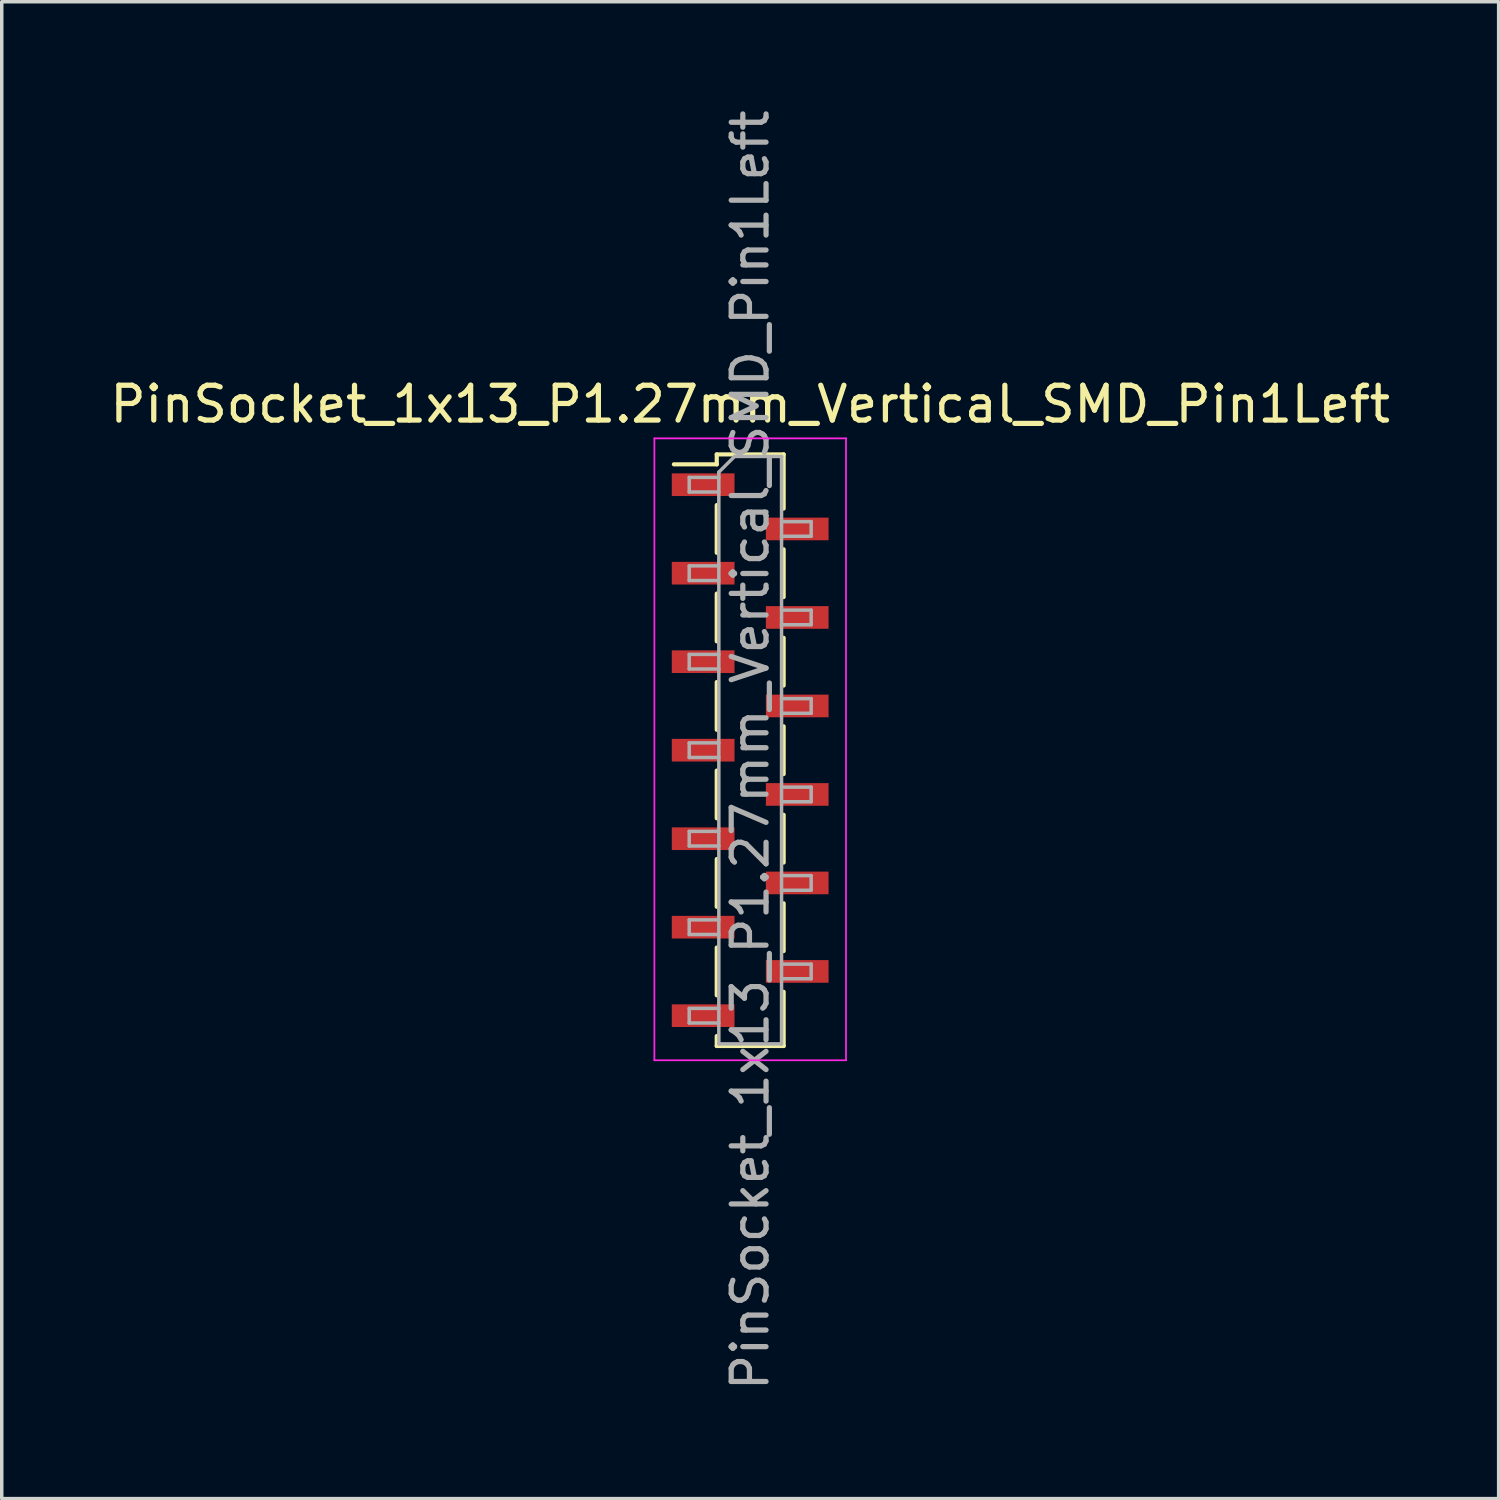
<source format=kicad_pcb>
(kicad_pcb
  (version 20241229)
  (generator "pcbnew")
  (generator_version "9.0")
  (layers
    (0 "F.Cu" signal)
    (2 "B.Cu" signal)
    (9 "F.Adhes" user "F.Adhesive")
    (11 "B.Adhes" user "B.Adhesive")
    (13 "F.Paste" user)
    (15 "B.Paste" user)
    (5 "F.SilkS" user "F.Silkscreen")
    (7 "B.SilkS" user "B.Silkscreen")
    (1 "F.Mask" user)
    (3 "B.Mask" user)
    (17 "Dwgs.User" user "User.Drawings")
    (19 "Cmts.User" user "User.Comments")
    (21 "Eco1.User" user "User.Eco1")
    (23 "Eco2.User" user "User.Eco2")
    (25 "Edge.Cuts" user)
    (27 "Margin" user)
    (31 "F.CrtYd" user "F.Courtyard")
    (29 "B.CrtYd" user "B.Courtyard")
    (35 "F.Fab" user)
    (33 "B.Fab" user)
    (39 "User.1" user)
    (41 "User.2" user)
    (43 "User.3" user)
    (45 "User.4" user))
  (footprint "PinSocket_1x13_P1.27mm_Vertical_SMD_Pin1Left"
    (layer "F.Cu")
    (at 18.482 18.482)
    (property "Reference" "PinSocket_1x13_P1.27mm_Vertical_SMD_Pin1Left" (at 0 -9.93 0) (layer "F.SilkS") (effects (font (size 1 1) (thickness 0.15))))
    (attr smd)
    (fp_line (start -2.19 -8.205) (end -0.96 -8.205) (stroke (width 0.12) (type solid)) (layer "F.SilkS"))
    (fp_line (start -0.96 -8.49) (end -0.96 -8.205) (stroke (width 0.12) (type solid)) (layer "F.SilkS"))
    (fp_line (start -0.96 -8.49) (end 0.96 -8.49) (stroke (width 0.12) (type solid)) (layer "F.SilkS"))
    (fp_line (start -0.96 -7.035) (end -0.96 -5.665) (stroke (width 0.12) (type solid)) (layer "F.SilkS"))
    (fp_line (start -0.96 -4.495) (end -0.96 -3.125) (stroke (width 0.12) (type solid)) (layer "F.SilkS"))
    (fp_line (start -0.96 -1.955) (end -0.96 -0.585) (stroke (width 0.12) (type solid)) (layer "F.SilkS"))
    (fp_line (start -0.96 0.585) (end -0.96 1.955) (stroke (width 0.12) (type solid)) (layer "F.SilkS"))
    (fp_line (start -0.96 3.125) (end -0.96 4.495) (stroke (width 0.12) (type solid)) (layer "F.SilkS"))
    (fp_line (start -0.96 5.665) (end -0.96 7.035) (stroke (width 0.12) (type solid)) (layer "F.SilkS"))
    (fp_line (start -0.96 8.205) (end -0.96 8.49) (stroke (width 0.12) (type solid)) (layer "F.SilkS"))
    (fp_line (start -0.96 8.49) (end 0.96 8.49) (stroke (width 0.12) (type solid)) (layer "F.SilkS"))
    (fp_line (start 0.96 -8.49) (end 0.96 -6.935) (stroke (width 0.12) (type solid)) (layer "F.SilkS"))
    (fp_line (start 0.96 -5.765) (end 0.96 -4.395) (stroke (width 0.12) (type solid)) (layer "F.SilkS"))
    (fp_line (start 0.96 -3.225) (end 0.96 -1.855) (stroke (width 0.12) (type solid)) (layer "F.SilkS"))
    (fp_line (start 0.96 -0.685) (end 0.96 0.685) (stroke (width 0.12) (type solid)) (layer "F.SilkS"))
    (fp_line (start 0.96 1.855) (end 0.96 3.225) (stroke (width 0.12) (type solid)) (layer "F.SilkS"))
    (fp_line (start 0.96 4.395) (end 0.96 5.765) (stroke (width 0.12) (type solid)) (layer "F.SilkS"))
    (fp_line (start 0.96 6.935) (end 0.96 8.49) (stroke (width 0.12) (type solid)) (layer "F.SilkS"))
    (fp_line (start -2.75 -8.95) (end 2.75 -8.95) (stroke (width 0.05) (type solid)) (layer "F.CrtYd"))
    (fp_line (start -2.75 8.9) (end -2.75 -8.95) (stroke (width 0.05) (type solid)) (layer "F.CrtYd"))
    (fp_line (start 2.75 -8.95) (end 2.75 8.9) (stroke (width 0.05) (type solid)) (layer "F.CrtYd"))
    (fp_line (start 2.75 8.9) (end -2.75 8.9) (stroke (width 0.05) (type solid)) (layer "F.CrtYd"))
    (fp_line (start -1.75 -7.83) (end -0.9 -7.83) (stroke (width 0.1) (type solid)) (layer "F.Fab"))
    (fp_line (start -1.75 -7.41) (end -1.75 -7.83) (stroke (width 0.1) (type solid)) (layer "F.Fab"))
    (fp_line (start -1.75 -5.29) (end -0.9 -5.29) (stroke (width 0.1) (type solid)) (layer "F.Fab"))
    (fp_line (start -1.75 -4.87) (end -1.75 -5.29) (stroke (width 0.1) (type solid)) (layer "F.Fab"))
    (fp_line (start -1.75 -2.75) (end -0.9 -2.75) (stroke (width 0.1) (type solid)) (layer "F.Fab"))
    (fp_line (start -1.75 -2.33) (end -1.75 -2.75) (stroke (width 0.1) (type solid)) (layer "F.Fab"))
    (fp_line (start -1.75 -0.21) (end -0.9 -0.21) (stroke (width 0.1) (type solid)) (layer "F.Fab"))
    (fp_line (start -1.75 0.21) (end -1.75 -0.21) (stroke (width 0.1) (type solid)) (layer "F.Fab"))
    (fp_line (start -1.75 2.33) (end -0.9 2.33) (stroke (width 0.1) (type solid)) (layer "F.Fab"))
    (fp_line (start -1.75 2.75) (end -1.75 2.33) (stroke (width 0.1) (type solid)) (layer "F.Fab"))
    (fp_line (start -1.75 4.87) (end -0.9 4.87) (stroke (width 0.1) (type solid)) (layer "F.Fab"))
    (fp_line (start -1.75 5.29) (end -1.75 4.87) (stroke (width 0.1) (type solid)) (layer "F.Fab"))
    (fp_line (start -1.75 7.41) (end -0.9 7.41) (stroke (width 0.1) (type solid)) (layer "F.Fab"))
    (fp_line (start -1.75 7.83) (end -1.75 7.41) (stroke (width 0.1) (type solid)) (layer "F.Fab"))
    (fp_line (start -0.9 -7.98) (end -0.45 -8.43) (stroke (width 0.1) (type solid)) (layer "F.Fab"))
    (fp_line (start -0.9 -7.41) (end -1.75 -7.41) (stroke (width 0.1) (type solid)) (layer "F.Fab"))
    (fp_line (start -0.9 -4.87) (end -1.75 -4.87) (stroke (width 0.1) (type solid)) (layer "F.Fab"))
    (fp_line (start -0.9 -2.33) (end -1.75 -2.33) (stroke (width 0.1) (type solid)) (layer "F.Fab"))
    (fp_line (start -0.9 0.21) (end -1.75 0.21) (stroke (width 0.1) (type solid)) (layer "F.Fab"))
    (fp_line (start -0.9 2.75) (end -1.75 2.75) (stroke (width 0.1) (type solid)) (layer "F.Fab"))
    (fp_line (start -0.9 5.29) (end -1.75 5.29) (stroke (width 0.1) (type solid)) (layer "F.Fab"))
    (fp_line (start -0.9 7.83) (end -1.75 7.83) (stroke (width 0.1) (type solid)) (layer "F.Fab"))
    (fp_line (start -0.9 8.43) (end -0.9 -7.98) (stroke (width 0.1) (type solid)) (layer "F.Fab"))
    (fp_line (start -0.45 -8.43) (end 0.9 -8.43) (stroke (width 0.1) (type solid)) (layer "F.Fab"))
    (fp_line (start 0.9 -8.43) (end 0.9 8.43) (stroke (width 0.1) (type solid)) (layer "F.Fab"))
    (fp_line (start 0.9 -6.56) (end 1.75 -6.56) (stroke (width 0.1) (type solid)) (layer "F.Fab"))
    (fp_line (start 0.9 -4.02) (end 1.75 -4.02) (stroke (width 0.1) (type solid)) (layer "F.Fab"))
    (fp_line (start 0.9 -1.48) (end 1.75 -1.48) (stroke (width 0.1) (type solid)) (layer "F.Fab"))
    (fp_line (start 0.9 1.06) (end 1.75 1.06) (stroke (width 0.1) (type solid)) (layer "F.Fab"))
    (fp_line (start 0.9 3.6) (end 1.75 3.6) (stroke (width 0.1) (type solid)) (layer "F.Fab"))
    (fp_line (start 0.9 6.14) (end 1.75 6.14) (stroke (width 0.1) (type solid)) (layer "F.Fab"))
    (fp_line (start 0.9 8.43) (end -0.9 8.43) (stroke (width 0.1) (type solid)) (layer "F.Fab"))
    (fp_line (start 1.75 -6.56) (end 1.75 -6.14) (stroke (width 0.1) (type solid)) (layer "F.Fab"))
    (fp_line (start 1.75 -6.14) (end 0.9 -6.14) (stroke (width 0.1) (type solid)) (layer "F.Fab"))
    (fp_line (start 1.75 -4.02) (end 1.75 -3.6) (stroke (width 0.1) (type solid)) (layer "F.Fab"))
    (fp_line (start 1.75 -3.6) (end 0.9 -3.6) (stroke (width 0.1) (type solid)) (layer "F.Fab"))
    (fp_line (start 1.75 -1.48) (end 1.75 -1.06) (stroke (width 0.1) (type solid)) (layer "F.Fab"))
    (fp_line (start 1.75 -1.06) (end 0.9 -1.06) (stroke (width 0.1) (type solid)) (layer "F.Fab"))
    (fp_line (start 1.75 1.06) (end 1.75 1.48) (stroke (width 0.1) (type solid)) (layer "F.Fab"))
    (fp_line (start 1.75 1.48) (end 0.9 1.48) (stroke (width 0.1) (type solid)) (layer "F.Fab"))
    (fp_line (start 1.75 3.6) (end 1.75 4.02) (stroke (width 0.1) (type solid)) (layer "F.Fab"))
    (fp_line (start 1.75 4.02) (end 0.9 4.02) (stroke (width 0.1) (type solid)) (layer "F.Fab"))
    (fp_line (start 1.75 6.14) (end 1.75 6.56) (stroke (width 0.1) (type solid)) (layer "F.Fab"))
    (fp_line (start 1.75 6.56) (end 0.9 6.56) (stroke (width 0.1) (type solid)) (layer "F.Fab"))
    (fp_text user "${REFERENCE}" (at 0 0 90) (layer "F.Fab") (effects (font (size 1 1) (thickness 0.15))))
    (pad "1" smd rect (at -1.35 -7.62) (size 1.8 0.65) (layers "F.Cu" "F.Mask" "F.Paste"))
    (pad "2" smd rect (at 1.35 -6.35) (size 1.8 0.65) (layers "F.Cu" "F.Mask" "F.Paste"))
    (pad "3" smd rect (at -1.35 -5.08) (size 1.8 0.65) (layers "F.Cu" "F.Mask" "F.Paste"))
    (pad "4" smd rect (at 1.35 -3.81) (size 1.8 0.65) (layers "F.Cu" "F.Mask" "F.Paste"))
    (pad "5" smd rect (at -1.35 -2.54) (size 1.8 0.65) (layers "F.Cu" "F.Mask" "F.Paste"))
    (pad "6" smd rect (at 1.35 -1.27) (size 1.8 0.65) (layers "F.Cu" "F.Mask" "F.Paste"))
    (pad "7" smd rect (at -1.35 0) (size 1.8 0.65) (layers "F.Cu" "F.Mask" "F.Paste"))
    (pad "8" smd rect (at 1.35 1.27) (size 1.8 0.65) (layers "F.Cu" "F.Mask" "F.Paste"))
    (pad "9" smd rect (at -1.35 2.54) (size 1.8 0.65) (layers "F.Cu" "F.Mask" "F.Paste"))
    (pad "10" smd rect (at 1.35 3.81) (size 1.8 0.65) (layers "F.Cu" "F.Mask" "F.Paste"))
    (pad "11" smd rect (at -1.35 5.08) (size 1.8 0.65) (layers "F.Cu" "F.Mask" "F.Paste"))
    (pad "12" smd rect (at 1.35 6.35) (size 1.8 0.65) (layers "F.Cu" "F.Mask" "F.Paste"))
    (pad "13" smd rect (at -1.35 7.62) (size 1.8 0.65) (layers "F.Cu" "F.Mask" "F.Paste")))
  (gr_rect
    (start -3 -3)
    (end 39.964 39.964)
    (stroke (width 0.1) (type default))
    (fill no)
    (layer "Edge.Cuts")))
</source>
